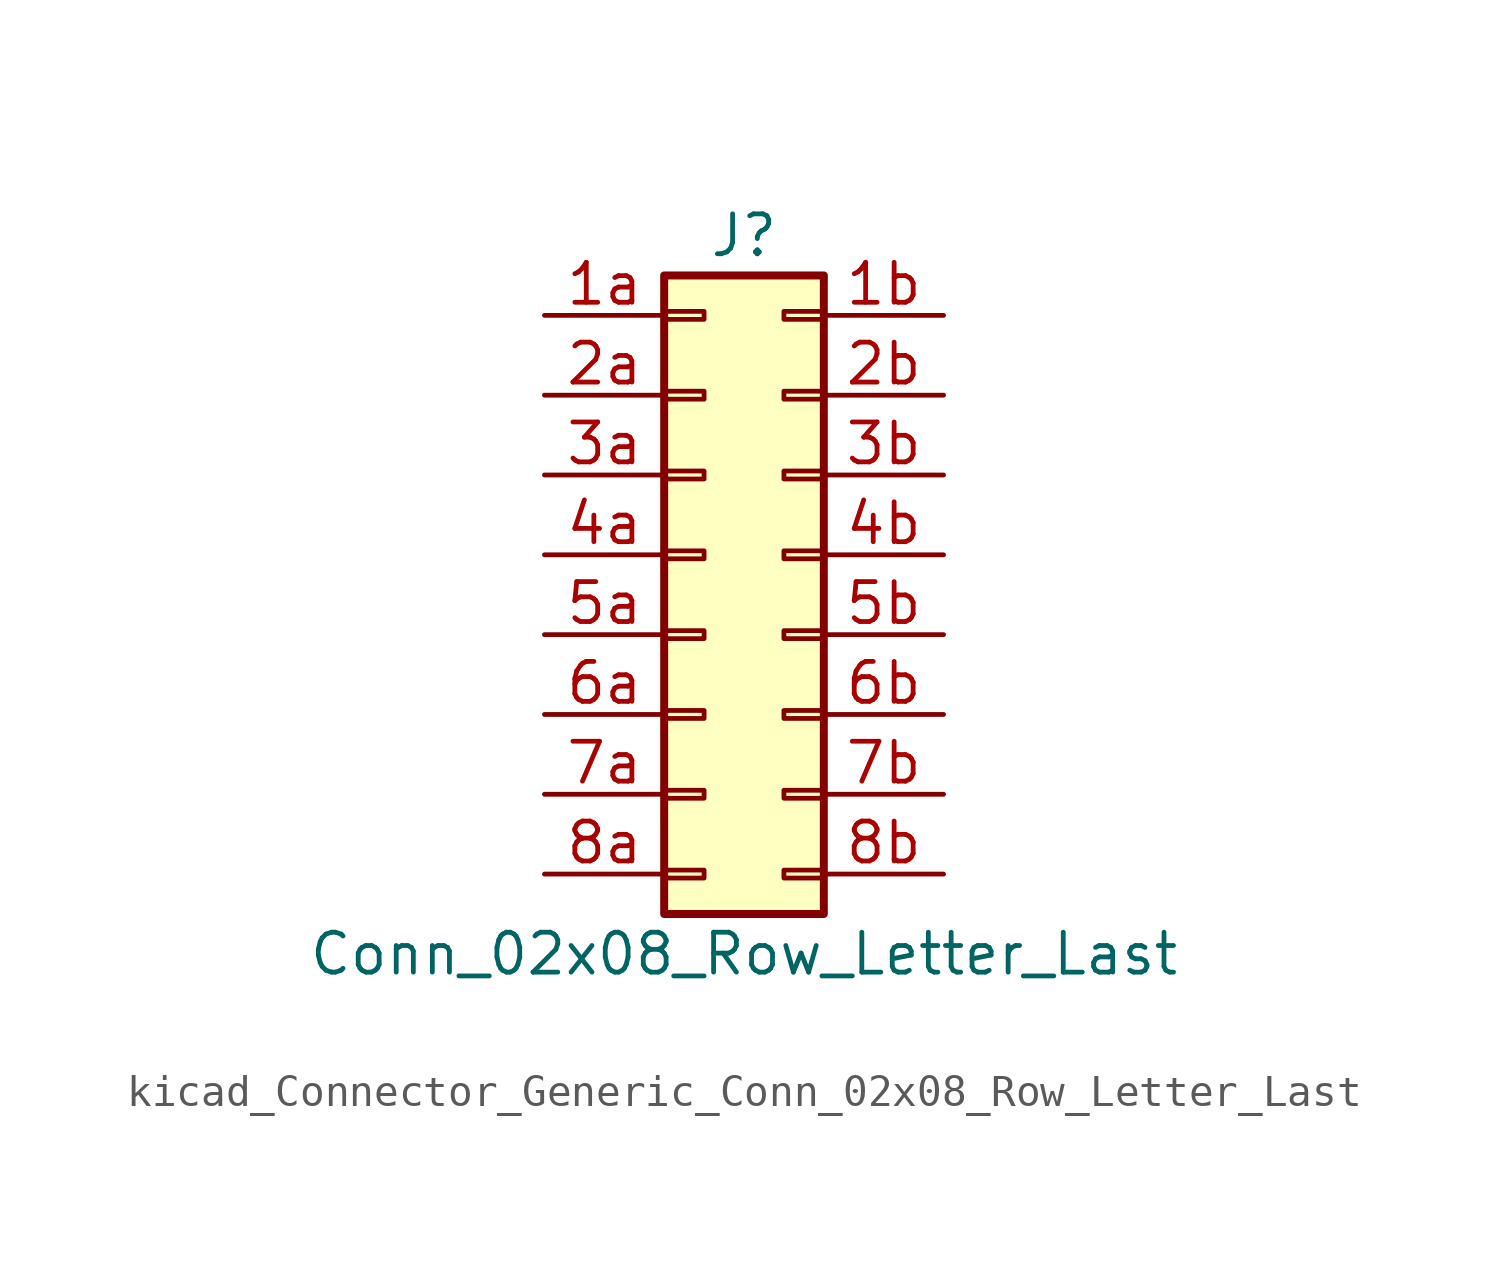
<source format=kicad_sym>
(kicad_symbol_lib
  (version 20220914)
  (generator kicad_symbol_editor)
  (symbol "kicad_Connector_Generic_Conn_02x08_Row_Letter_Last"
    (pin_names
      (offset 1.016) hide)
    (property "Reference" "J"
      (at 1.27 10.16 0)
      (effects (font (size 1.27 1.27))))
    (property "Value" "Conn_02x08_Row_Letter_Last"
      (at 1.27 -12.7 0)
      (effects (font (size 1.27 1.27))))
    (symbol "kicad_Connector_Generic_Conn_02x08_Row_Letter_Last_1_1"
      (rectangle (start -1.27 -10.033) (end 0 -10.287) (stroke (width 0.152) (type default)) (fill (type none)))
      (rectangle (start -1.27 -7.493) (end 0 -7.747) (stroke (width 0.152) (type default)) (fill (type none)))
      (rectangle (start -1.27 -4.953) (end 0 -5.207) (stroke (width 0.152) (type default)) (fill (type none)))
      (rectangle (start -1.27 -2.413) (end 0 -2.667) (stroke (width 0.152) (type default)) (fill (type none)))
      (rectangle (start -1.27 0.127) (end 0 -0.127) (stroke (width 0.152) (type default)) (fill (type none)))
      (rectangle (start -1.27 2.667) (end 0 2.413) (stroke (width 0.152) (type default)) (fill (type none)))
      (rectangle (start -1.27 5.207) (end 0 4.953) (stroke (width 0.152) (type default)) (fill (type none)))
      (rectangle (start -1.27 7.747) (end 0 7.493) (stroke (width 0.152) (type default)) (fill (type none)))
      (rectangle (start -1.27 8.89) (end 3.81 -11.43) (stroke (width 0.254) (type default)) (fill (type background)))
      (rectangle (start 3.81 -10.033) (end 2.54 -10.287) (stroke (width 0.152) (type default)) (fill (type none)))
      (rectangle (start 3.81 -7.493) (end 2.54 -7.747) (stroke (width 0.152) (type default)) (fill (type none)))
      (rectangle (start 3.81 -4.953) (end 2.54 -5.207) (stroke (width 0.152) (type default)) (fill (type none)))
      (rectangle (start 3.81 -2.413) (end 2.54 -2.667) (stroke (width 0.152) (type default)) (fill (type none)))
      (rectangle (start 3.81 0.127) (end 2.54 -0.127) (stroke (width 0.152) (type default)) (fill (type none)))
      (rectangle (start 3.81 2.667) (end 2.54 2.413) (stroke (width 0.152) (type default)) (fill (type none)))
      (rectangle (start 3.81 5.207) (end 2.54 4.953) (stroke (width 0.152) (type default)) (fill (type none)))
      (rectangle (start 3.81 7.747) (end 2.54 7.493) (stroke (width 0.152) (type default)) (fill (type none)))
      (pin passive line (at -5.08 7.62 0) (length 3.81) (name "Pin_1a" (effects (font (size 1.27 1.27)))) (number "1a" (effects (font (size 1.27 1.27)))))
      (pin passive line (at 7.62 7.62 180) (length 3.81) (name "Pin_1b" (effects (font (size 1.27 1.27)))) (number "1b" (effects (font (size 1.27 1.27)))))
      (pin passive line (at -5.08 5.08 0) (length 3.81) (name "Pin_2a" (effects (font (size 1.27 1.27)))) (number "2a" (effects (font (size 1.27 1.27)))))
      (pin passive line (at 7.62 5.08 180) (length 3.81) (name "Pin_2b" (effects (font (size 1.27 1.27)))) (number "2b" (effects (font (size 1.27 1.27)))))
      (pin passive line (at -5.08 2.54 0) (length 3.81) (name "Pin_3a" (effects (font (size 1.27 1.27)))) (number "3a" (effects (font (size 1.27 1.27)))))
      (pin passive line (at 7.62 2.54 180) (length 3.81) (name "Pin_3b" (effects (font (size 1.27 1.27)))) (number "3b" (effects (font (size 1.27 1.27)))))
      (pin passive line (at -5.08 0 0) (length 3.81) (name "Pin_4a" (effects (font (size 1.27 1.27)))) (number "4a" (effects (font (size 1.27 1.27)))))
      (pin passive line (at 7.62 0 180) (length 3.81) (name "Pin_4b" (effects (font (size 1.27 1.27)))) (number "4b" (effects (font (size 1.27 1.27)))))
      (pin passive line (at -5.08 -2.54 0) (length 3.81) (name "Pin_5a" (effects (font (size 1.27 1.27)))) (number "5a" (effects (font (size 1.27 1.27)))))
      (pin passive line (at 7.62 -2.54 180) (length 3.81) (name "Pin_5b" (effects (font (size 1.27 1.27)))) (number "5b" (effects (font (size 1.27 1.27)))))
      (pin passive line (at -5.08 -5.08 0) (length 3.81) (name "Pin_6a" (effects (font (size 1.27 1.27)))) (number "6a" (effects (font (size 1.27 1.27)))))
      (pin passive line (at 7.62 -5.08 180) (length 3.81) (name "Pin_6b" (effects (font (size 1.27 1.27)))) (number "6b" (effects (font (size 1.27 1.27)))))
      (pin passive line (at -5.08 -7.62 0) (length 3.81) (name "Pin_7a" (effects (font (size 1.27 1.27)))) (number "7a" (effects (font (size 1.27 1.27)))))
      (pin passive line (at 7.62 -7.62 180) (length 3.81) (name "Pin_7b" (effects (font (size 1.27 1.27)))) (number "7b" (effects (font (size 1.27 1.27)))))
      (pin passive line (at -5.08 -10.16 0) (length 3.81) (name "Pin_8a" (effects (font (size 1.27 1.27)))) (number "8a" (effects (font (size 1.27 1.27)))))
      (pin passive line (at 7.62 -10.16 180) (length 3.81) (name "Pin_8b" (effects (font (size 1.27 1.27)))) (number "8b" (effects (font (size 1.27 1.27))))))))
</source>
